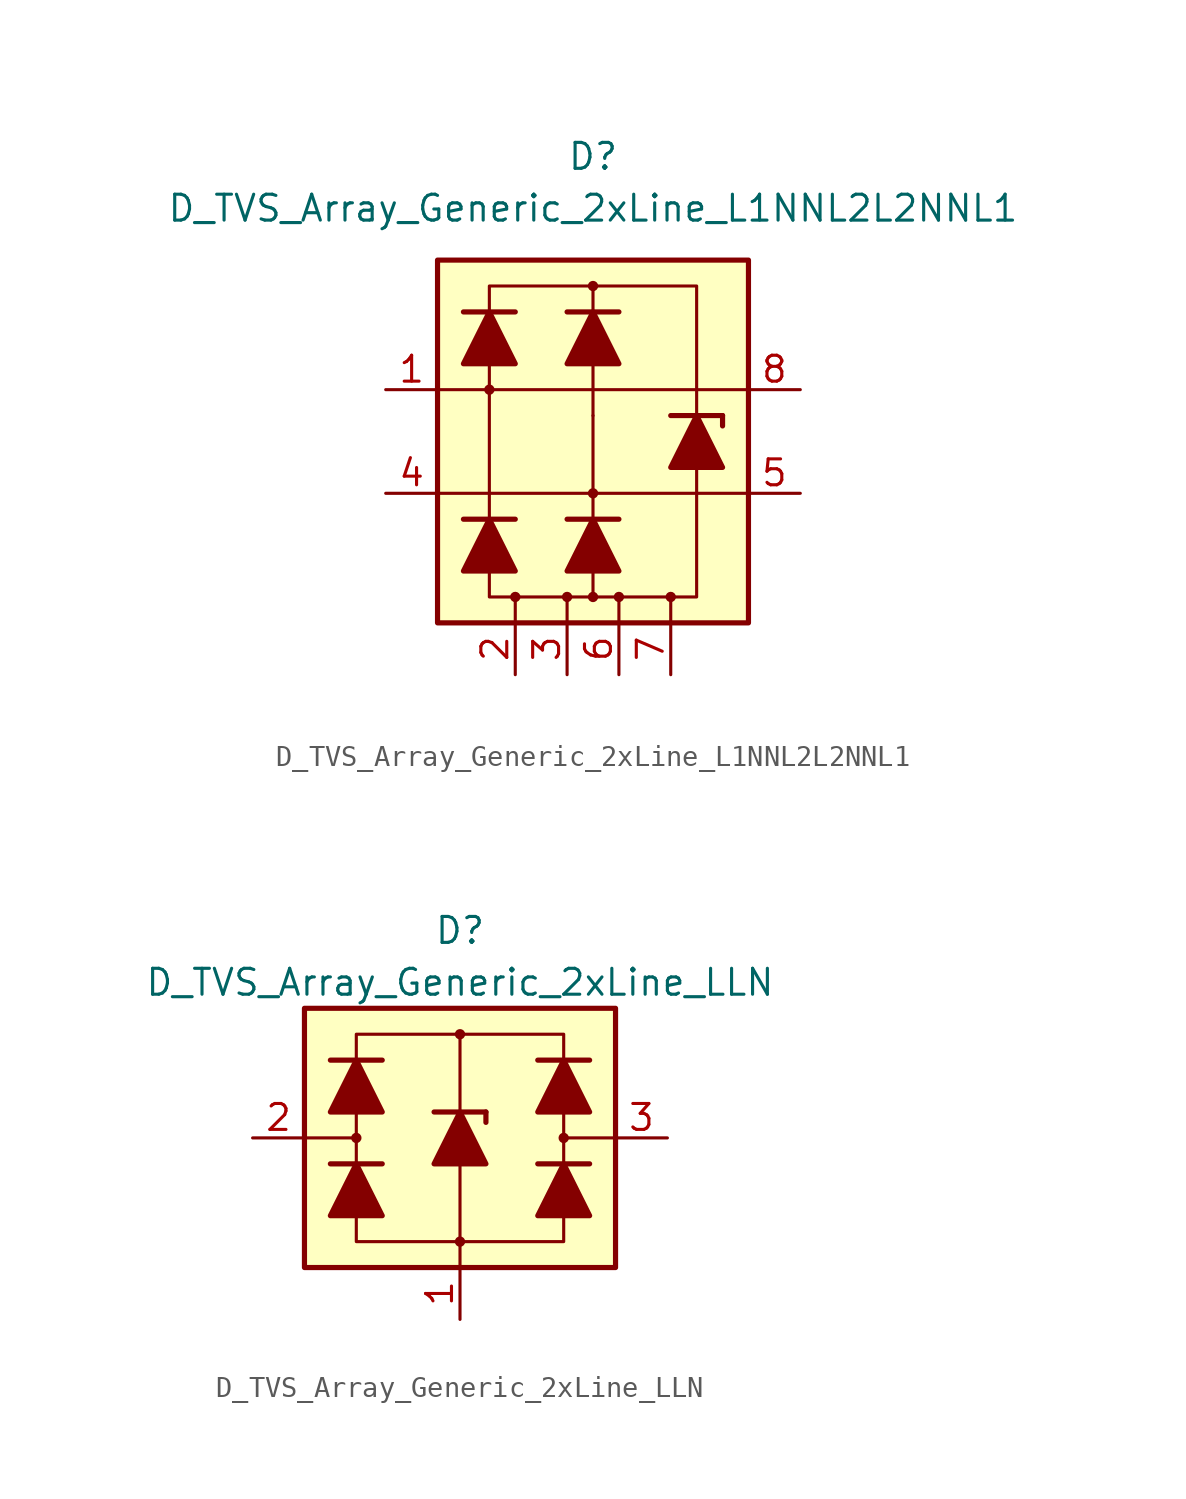
<source format=kicad_sym>
(kicad_symbol_lib
  (version 20211014)
  (generator kicad_symbol_editor)
  (symbol "D_TVS_Array_Generic_2xLine_L1NNL2L2NNL1"
    (pin_names
      (offset 1.016) hide)
    (property "Reference" "D"
      (at 0 13.97 0)
      (effects (font (size 1.27 1.27))))
    (property "Value" "D_TVS_Array_Generic_2xLine_L1NNL2L2NNL1"
      (at 0 11.43 0)
      (effects (font (size 1.27 1.27))))
    (symbol "D_TVS_Array_Generic_2xLine_L1NNL2L2NNL1_0_1"
      (rectangle (start -7.62 8.89) (end 7.62 -8.89) (stroke (width 0.254) (type default) (color 0 0 0 0)) (fill (type background)))
      (polyline (pts (xy -7.62 -2.54) (xy 7.62 -2.54)) (stroke (width 0) (type default) (color 0 0 0 0)) (fill (type none)))
      (polyline (pts (xy -7.62 2.54) (xy 7.62 2.54)) (stroke (width 0) (type default) (color 0 0 0 0)) (fill (type none)))
      (polyline (pts (xy -5.08 -3.81) (xy -5.08 3.81)) (stroke (width 0) (type default) (color 0 0 0 0)) (fill (type none)))
      (polyline (pts (xy -3.81 -8.89) (xy -3.81 -7.62)) (stroke (width 0) (type default) (color 0 0 0 0)) (fill (type none)))
      (polyline (pts (xy -1.27 -8.89) (xy -1.27 -7.62)) (stroke (width 0) (type default) (color 0 0 0 0)) (fill (type none)))
      (polyline (pts (xy 0 -7.62) (xy 0 -6.35)) (stroke (width 0) (type default) (color 0 0 0 0)) (fill (type none)))
      (polyline (pts (xy 0 1.27) (xy 0 -3.81)) (stroke (width 0) (type default) (color 0 0 0 0)) (fill (type none)))
      (polyline (pts (xy 0 1.27) (xy 0 3.81)) (stroke (width 0) (type default) (color 0 0 0 0)) (fill (type none)))
      (polyline (pts (xy 0 6.35) (xy 0 7.62)) (stroke (width 0) (type default) (color 0 0 0 0)) (fill (type none)))
      (polyline (pts (xy 1.27 -8.89) (xy 1.27 -7.62)) (stroke (width 0) (type default) (color 0 0 0 0)) (fill (type none)))
      (polyline (pts (xy 3.81 -8.89) (xy 3.81 -7.62)) (stroke (width 0) (type default) (color 0 0 0 0)) (fill (type none)))
      (polyline (pts (xy -5.08 -6.35) (xy -5.08 -7.62) (xy 5.08 -7.62) (xy 5.08 -1.27)) (stroke (width 0) (type default) (color 0 0 0 0)) (fill (type none)))
      (polyline (pts (xy 5.08 1.27) (xy 5.08 7.62) (xy -5.08 7.62) (xy -5.08 6.35)) (stroke (width 0) (type default) (color 0 0 0 0)) (fill (type none))))
    (symbol "D_TVS_Array_Generic_2xLine_L1NNL2L2NNL1_1_1"
      (circle (center -5.08 2.54) (radius 0.178) (stroke (width 0) (type default) (color 0 0 0 0)) (fill (type outline)))
      (circle (center -3.81 -7.62) (radius 0.178) (stroke (width 0) (type default) (color 0 0 0 0)) (fill (type outline)))
      (circle (center -1.27 -7.62) (radius 0.178) (stroke (width 0) (type default) (color 0 0 0 0)) (fill (type outline)))
      (circle (center 0 -7.62) (radius 0.178) (stroke (width 0) (type default) (color 0 0 0 0)) (fill (type outline)))
      (circle (center 0 -2.54) (radius 0.178) (stroke (width 0) (type default) (color 0 0 0 0)) (fill (type outline)))
      (polyline (pts (xy -3.81 -3.81) (xy -6.35 -3.81)) (stroke (width 0.254) (type default) (color 0 0 0 0)) (fill (type none)))
      (polyline (pts (xy -3.81 6.35) (xy -6.35 6.35)) (stroke (width 0.254) (type default) (color 0 0 0 0)) (fill (type none)))
      (polyline (pts (xy 0 -6.35) (xy 0 -3.81)) (stroke (width 0) (type default) (color 0 0 0 0)) (fill (type none)))
      (polyline (pts (xy 0 3.81) (xy 0 6.35)) (stroke (width 0) (type default) (color 0 0 0 0)) (fill (type none)))
      (polyline (pts (xy 1.27 -3.81) (xy -1.27 -3.81)) (stroke (width 0.254) (type default) (color 0 0 0 0)) (fill (type none)))
      (polyline (pts (xy 1.27 6.35) (xy -1.27 6.35)) (stroke (width 0.254) (type default) (color 0 0 0 0)) (fill (type none)))
      (polyline (pts (xy 3.81 1.27) (xy 6.35 1.27)) (stroke (width 0.254) (type default) (color 0 0 0 0)) (fill (type none)))
      (polyline (pts (xy 5.08 -1.27) (xy 5.08 1.27)) (stroke (width 0) (type default) (color 0 0 0 0)) (fill (type none)))
      (polyline (pts (xy 6.35 1.27) (xy 6.35 0.762)) (stroke (width 0.254) (type default) (color 0 0 0 0)) (fill (type none)))
      (polyline (pts (xy -3.81 -6.35) (xy -6.35 -6.35) (xy -5.08 -3.81) (xy -3.81 -6.35)) (stroke (width 0.254) (type default) (color 0 0 0 0)) (fill (type outline)))
      (polyline (pts (xy -3.81 3.81) (xy -6.35 3.81) (xy -5.08 6.35) (xy -3.81 3.81)) (stroke (width 0.254) (type default) (color 0 0 0 0)) (fill (type outline)))
      (polyline (pts (xy 1.27 -6.35) (xy -1.27 -6.35) (xy 0 -3.81) (xy 1.27 -6.35)) (stroke (width 0.254) (type default) (color 0 0 0 0)) (fill (type outline)))
      (polyline (pts (xy 1.27 3.81) (xy -1.27 3.81) (xy 0 6.35) (xy 1.27 3.81)) (stroke (width 0.254) (type default) (color 0 0 0 0)) (fill (type outline)))
      (polyline (pts (xy 6.35 -1.27) (xy 3.81 -1.27) (xy 5.08 1.27) (xy 6.35 -1.27)) (stroke (width 0.254) (type default) (color 0 0 0 0)) (fill (type outline)))
      (circle (center 0 7.62) (radius 0.178) (stroke (width 0) (type default) (color 0 0 0 0)) (fill (type outline)))
      (circle (center 1.27 -7.62) (radius 0.178) (stroke (width 0) (type default) (color 0 0 0 0)) (fill (type outline)))
      (circle (center 3.81 -7.62) (radius 0.178) (stroke (width 0) (type default) (color 0 0 0 0)) (fill (type outline)))
      (pin passive line (at -10.16 2.54 0) (length 2.54) (name "L1" (effects (font (size 1.27 1.27)))) (number "1" (effects (font (size 1.27 1.27)))))
      (pin passive line (at -3.81 -11.43 90) (length 2.54) (name "VN" (effects (font (size 1.27 1.27)))) (number "2" (effects (font (size 1.27 1.27)))))
      (pin passive line (at -1.27 -11.43 90) (length 2.54) (name "VN" (effects (font (size 1.27 1.27)))) (number "3" (effects (font (size 1.27 1.27)))))
      (pin passive line (at -10.16 -2.54 0) (length 2.54) (name "L2" (effects (font (size 1.27 1.27)))) (number "4" (effects (font (size 1.27 1.27)))))
      (pin passive line (at 10.16 -2.54 180) (length 2.54) (name "L2" (effects (font (size 1.27 1.27)))) (number "5" (effects (font (size 1.27 1.27)))))
      (pin passive line (at 1.27 -11.43 90) (length 2.54) (name "VN" (effects (font (size 1.27 1.27)))) (number "6" (effects (font (size 1.27 1.27)))))
      (pin passive line (at 3.81 -11.43 90) (length 2.54) (name "VN" (effects (font (size 1.27 1.27)))) (number "7" (effects (font (size 1.27 1.27)))))
      (pin passive line (at 10.16 2.54 180) (length 2.54) (name "L1" (effects (font (size 1.27 1.27)))) (number "8" (effects (font (size 1.27 1.27)))))))
  (symbol "D_TVS_Array_Generic_2xLine_LLN"
    (pin_names
      (offset 1.016) hide)
    (property "Reference" "D"
      (at 0 10.16 0)
      (effects (font (size 1.27 1.27))))
    (property "Value" "D_TVS_Array_Generic_2xLine_LLN"
      (at 0 7.62 0)
      (effects (font (size 1.27 1.27))))
    (symbol "D_TVS_Array_Generic_2xLine_LLN_0_1"
      (rectangle (start -7.62 6.35) (end 7.62 -6.35) (stroke (width 0.254) (type default) (color 0 0 0 0)) (fill (type background)))
      (circle (center -5.08 0) (radius 0.178) (stroke (width 0) (type default) (color 0 0 0 0)) (fill (type outline)))
      (polyline (pts (xy -5.08 -1.27) (xy -5.08 1.27)) (stroke (width 0) (type default) (color 0 0 0 0)) (fill (type none)))
      (polyline (pts (xy -5.08 0) (xy -7.62 0)) (stroke (width 0) (type default) (color 0 0 0 0)) (fill (type none)))
      (polyline (pts (xy 0 -5.08) (xy 0 -6.35)) (stroke (width 0) (type default) (color 0 0 0 0)) (fill (type none)))
      (polyline (pts (xy 0 -1.27) (xy 0 -5.08)) (stroke (width 0) (type default) (color 0 0 0 0)) (fill (type none)))
      (polyline (pts (xy 0 1.27) (xy 0 5.08)) (stroke (width 0) (type default) (color 0 0 0 0)) (fill (type none)))
      (polyline (pts (xy 5.08 -1.27) (xy 5.08 1.27)) (stroke (width 0) (type default) (color 0 0 0 0)) (fill (type none)))
      (polyline (pts (xy 5.08 0) (xy 7.62 0)) (stroke (width 0) (type default) (color 0 0 0 0)) (fill (type none)))
      (polyline (pts (xy -5.08 -3.81) (xy -5.08 -5.08) (xy 5.08 -5.08) (xy 5.08 -3.81)) (stroke (width 0) (type default) (color 0 0 0 0)) (fill (type none)))
      (polyline (pts (xy -5.08 3.81) (xy -5.08 5.08) (xy 5.08 5.08) (xy 5.08 3.81)) (stroke (width 0) (type default) (color 0 0 0 0)) (fill (type none)))
      (circle (center 0 5.08) (radius 0.178) (stroke (width 0) (type default) (color 0 0 0 0)) (fill (type outline)))
      (circle (center 5.08 0) (radius 0.178) (stroke (width 0) (type default) (color 0 0 0 0)) (fill (type outline))))
    (symbol "D_TVS_Array_Generic_2xLine_LLN_1_1"
      (circle (center 0 -5.08) (radius 0.178) (stroke (width 0) (type default) (color 0 0 0 0)) (fill (type outline)))
      (polyline (pts (xy -5.08 -3.81) (xy -5.08 -1.27)) (stroke (width 0) (type default) (color 0 0 0 0)) (fill (type none)))
      (polyline (pts (xy -5.08 1.27) (xy -5.08 3.81)) (stroke (width 0) (type default) (color 0 0 0 0)) (fill (type none)))
      (polyline (pts (xy -3.81 -1.27) (xy -6.35 -1.27)) (stroke (width 0.254) (type default) (color 0 0 0 0)) (fill (type none)))
      (polyline (pts (xy -3.81 3.81) (xy -6.35 3.81)) (stroke (width 0.254) (type default) (color 0 0 0 0)) (fill (type none)))
      (polyline (pts (xy -1.27 1.27) (xy 1.27 1.27)) (stroke (width 0.254) (type default) (color 0 0 0 0)) (fill (type none)))
      (polyline (pts (xy 0 -1.27) (xy 0 1.27)) (stroke (width 0) (type default) (color 0 0 0 0)) (fill (type none)))
      (polyline (pts (xy 1.27 1.27) (xy 1.27 0.762)) (stroke (width 0.254) (type default) (color 0 0 0 0)) (fill (type none)))
      (polyline (pts (xy 5.08 -3.81) (xy 5.08 -1.27)) (stroke (width 0) (type default) (color 0 0 0 0)) (fill (type none)))
      (polyline (pts (xy 5.08 1.27) (xy 5.08 3.81)) (stroke (width 0) (type default) (color 0 0 0 0)) (fill (type none)))
      (polyline (pts (xy 6.35 -1.27) (xy 3.81 -1.27)) (stroke (width 0.254) (type default) (color 0 0 0 0)) (fill (type none)))
      (polyline (pts (xy 6.35 3.81) (xy 3.81 3.81)) (stroke (width 0.254) (type default) (color 0 0 0 0)) (fill (type none)))
      (polyline (pts (xy -3.81 -3.81) (xy -6.35 -3.81) (xy -5.08 -1.27) (xy -3.81 -3.81)) (stroke (width 0.254) (type default) (color 0 0 0 0)) (fill (type outline)))
      (polyline (pts (xy -3.81 1.27) (xy -6.35 1.27) (xy -5.08 3.81) (xy -3.81 1.27)) (stroke (width 0.254) (type default) (color 0 0 0 0)) (fill (type outline)))
      (polyline (pts (xy 1.27 -1.27) (xy -1.27 -1.27) (xy 0 1.27) (xy 1.27 -1.27)) (stroke (width 0.254) (type default) (color 0 0 0 0)) (fill (type outline)))
      (polyline (pts (xy 6.35 -3.81) (xy 3.81 -3.81) (xy 5.08 -1.27) (xy 6.35 -3.81)) (stroke (width 0.254) (type default) (color 0 0 0 0)) (fill (type outline)))
      (polyline (pts (xy 6.35 1.27) (xy 3.81 1.27) (xy 5.08 3.81) (xy 6.35 1.27)) (stroke (width 0.254) (type default) (color 0 0 0 0)) (fill (type outline)))
      (pin passive line (at 0 -8.89 90) (length 2.54) (name "VN" (effects (font (size 1.27 1.27)))) (number "1" (effects (font (size 1.27 1.27)))))
      (pin passive line (at -10.16 0 0) (length 2.54) (name "L1" (effects (font (size 1.27 1.27)))) (number "2" (effects (font (size 1.27 1.27)))))
      (pin passive line (at 10.16 0 180) (length 2.54) (name "L2" (effects (font (size 1.27 1.27)))) (number "3" (effects (font (size 1.27 1.27))))))))
</source>
